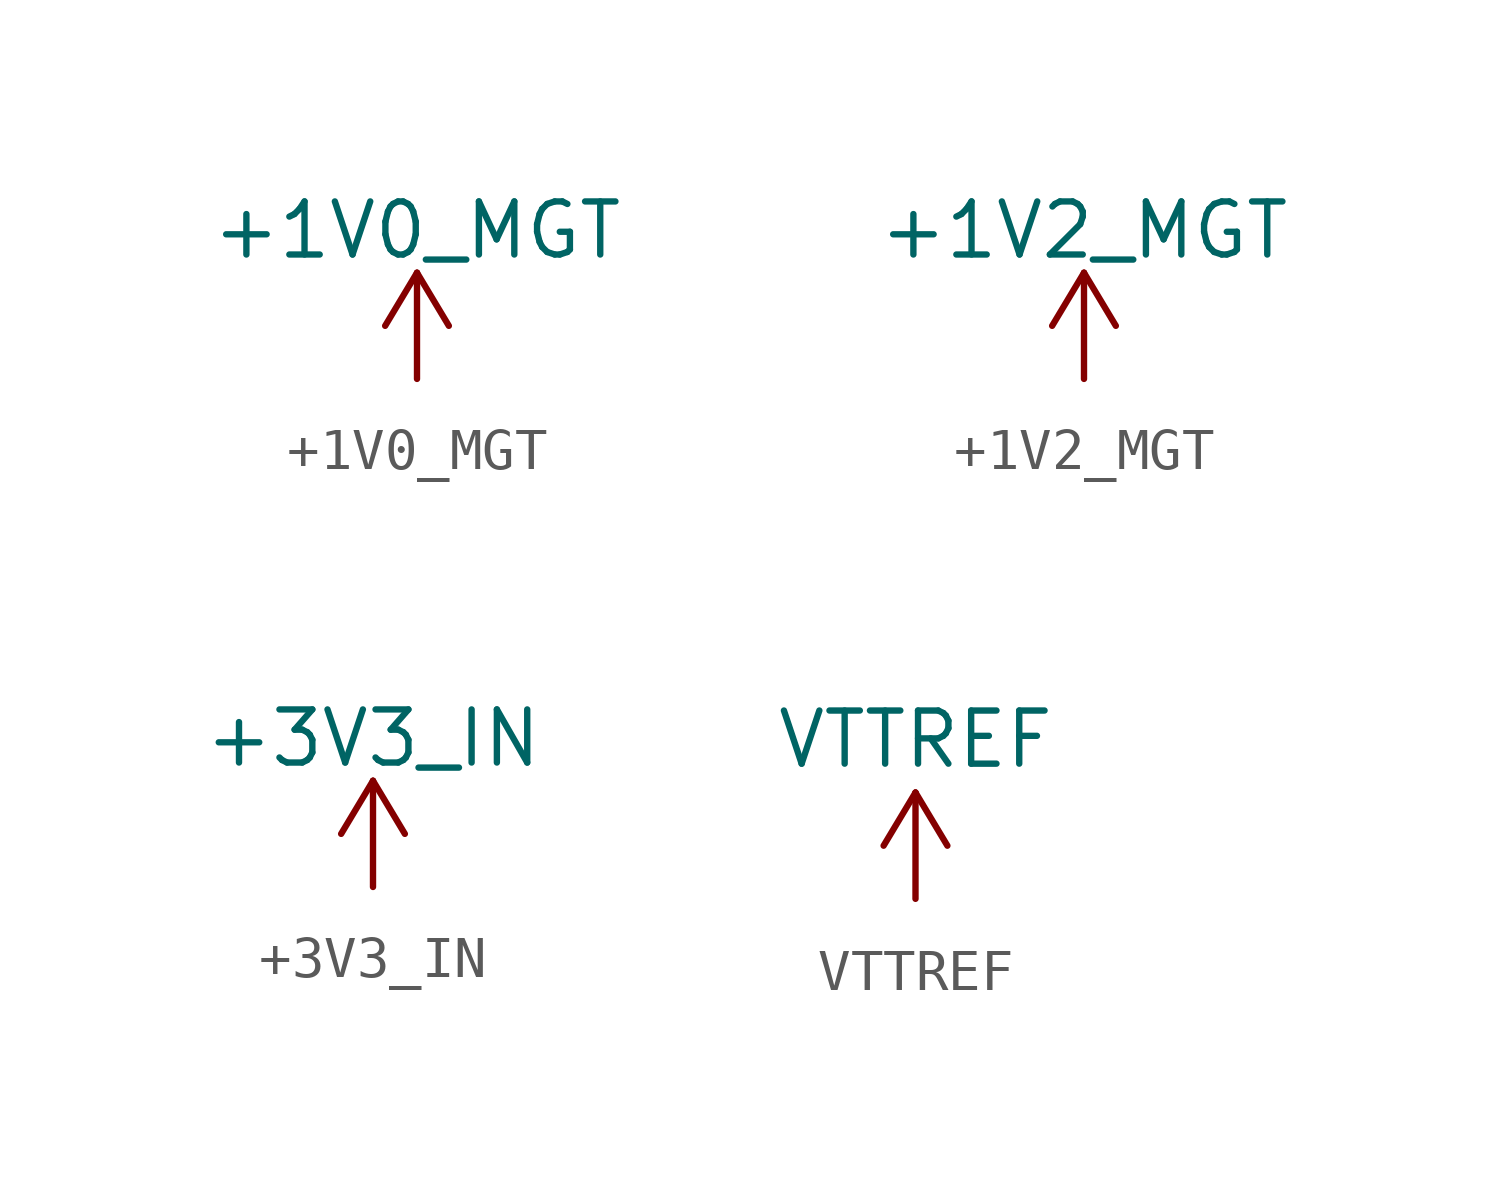
<source format=kicad_sym>
(kicad_symbol_lib
  (version 20220914)
  (generator kicad_symbol_editor)
  (symbol "+1V0_MGT"
    (power)
    (pin_names
      (offset 0))
    (property "Reference" "#PWR"
      (at 0 -3.81 0)
      (effects (font (size 1.27 1.27)) hide))
    (property "Value" "+1V0_MGT"
      (at 0 3.556 0)
      (effects (font (size 1.27 1.27))))
    (symbol "+1V0_MGT_0_1"
      (polyline (pts (xy -0.762 1.27) (xy 0 2.54)) (stroke (width 0) (type default)) (fill (type none)))
      (polyline (pts (xy 0 0) (xy 0 2.54)) (stroke (width 0) (type default)) (fill (type none)))
      (polyline (pts (xy 0 2.54) (xy 0.762 1.27)) (stroke (width 0) (type default)) (fill (type none))))
    (symbol "+1V0_MGT_1_1"
      (pin power_in line (at 0 0 90) (length 0) hide (name "+1V0_MGT" (effects (font (size 1.27 1.27)))) (number "1" (effects (font (size 1.27 1.27)))))))
  (symbol "+1V2_MGT"
    (power)
    (pin_names
      (offset 0))
    (property "Reference" "#PWR"
      (at 0 -3.81 0)
      (effects (font (size 1.27 1.27)) hide))
    (property "Value" "+1V2_MGT"
      (at 0 3.556 0)
      (effects (font (size 1.27 1.27))))
    (symbol "+1V2_MGT_0_1"
      (polyline (pts (xy -0.762 1.27) (xy 0 2.54)) (stroke (width 0) (type default)) (fill (type none)))
      (polyline (pts (xy 0 0) (xy 0 2.54)) (stroke (width 0) (type default)) (fill (type none)))
      (polyline (pts (xy 0 2.54) (xy 0.762 1.27)) (stroke (width 0) (type default)) (fill (type none))))
    (symbol "+1V2_MGT_1_1"
      (pin power_in line (at 0 0 90) (length 0) hide (name "+1V2_MGT" (effects (font (size 1.27 1.27)))) (number "1" (effects (font (size 1.27 1.27)))))))
  (symbol "+3V3_IN"
    (power)
    (pin_names
      (offset 0))
    (property "Reference" "#PWR"
      (at 0 -3.81 0)
      (effects (font (size 1.27 1.27)) hide))
    (property "Value" "+3V3_IN"
      (at 0 3.556 0)
      (effects (font (size 1.27 1.27))))
    (symbol "+3V3_IN_0_1"
      (polyline (pts (xy -0.762 1.27) (xy 0 2.54)) (stroke (width 0) (type default)) (fill (type none)))
      (polyline (pts (xy 0 0) (xy 0 2.54)) (stroke (width 0) (type default)) (fill (type none)))
      (polyline (pts (xy 0 2.54) (xy 0.762 1.27)) (stroke (width 0) (type default)) (fill (type none))))
    (symbol "+3V3_IN_1_1"
      (pin power_in line (at 0 0 90) (length 0) hide (name "+3V3_IN" (effects (font (size 1.27 1.27)))) (number "1" (effects (font (size 1.27 1.27)))))))
  (symbol "VTTREF"
    (power)
    (pin_names
      (offset 0))
    (property "Reference" "#PWR"
      (at 0 -3.81 0)
      (effects (font (size 1.27 1.27)) hide))
    (property "Value" "VTTREF"
      (at 0 3.81 0)
      (effects (font (size 1.27 1.27))))
    (symbol "VTTREF_0_1"
      (polyline (pts (xy -0.762 1.27) (xy 0 2.54)) (stroke (width 0) (type default)) (fill (type none)))
      (polyline (pts (xy 0 0) (xy 0 2.54)) (stroke (width 0) (type default)) (fill (type none)))
      (polyline (pts (xy 0 2.54) (xy 0.762 1.27)) (stroke (width 0) (type default)) (fill (type none))))
    (symbol "VTTREF_1_1"
      (pin power_in line (at 0 0 90) (length 0) hide (name "VTTREF" (effects (font (size 1.27 1.27)))) (number "1" (effects (font (size 1.27 1.27))))))))
</source>
